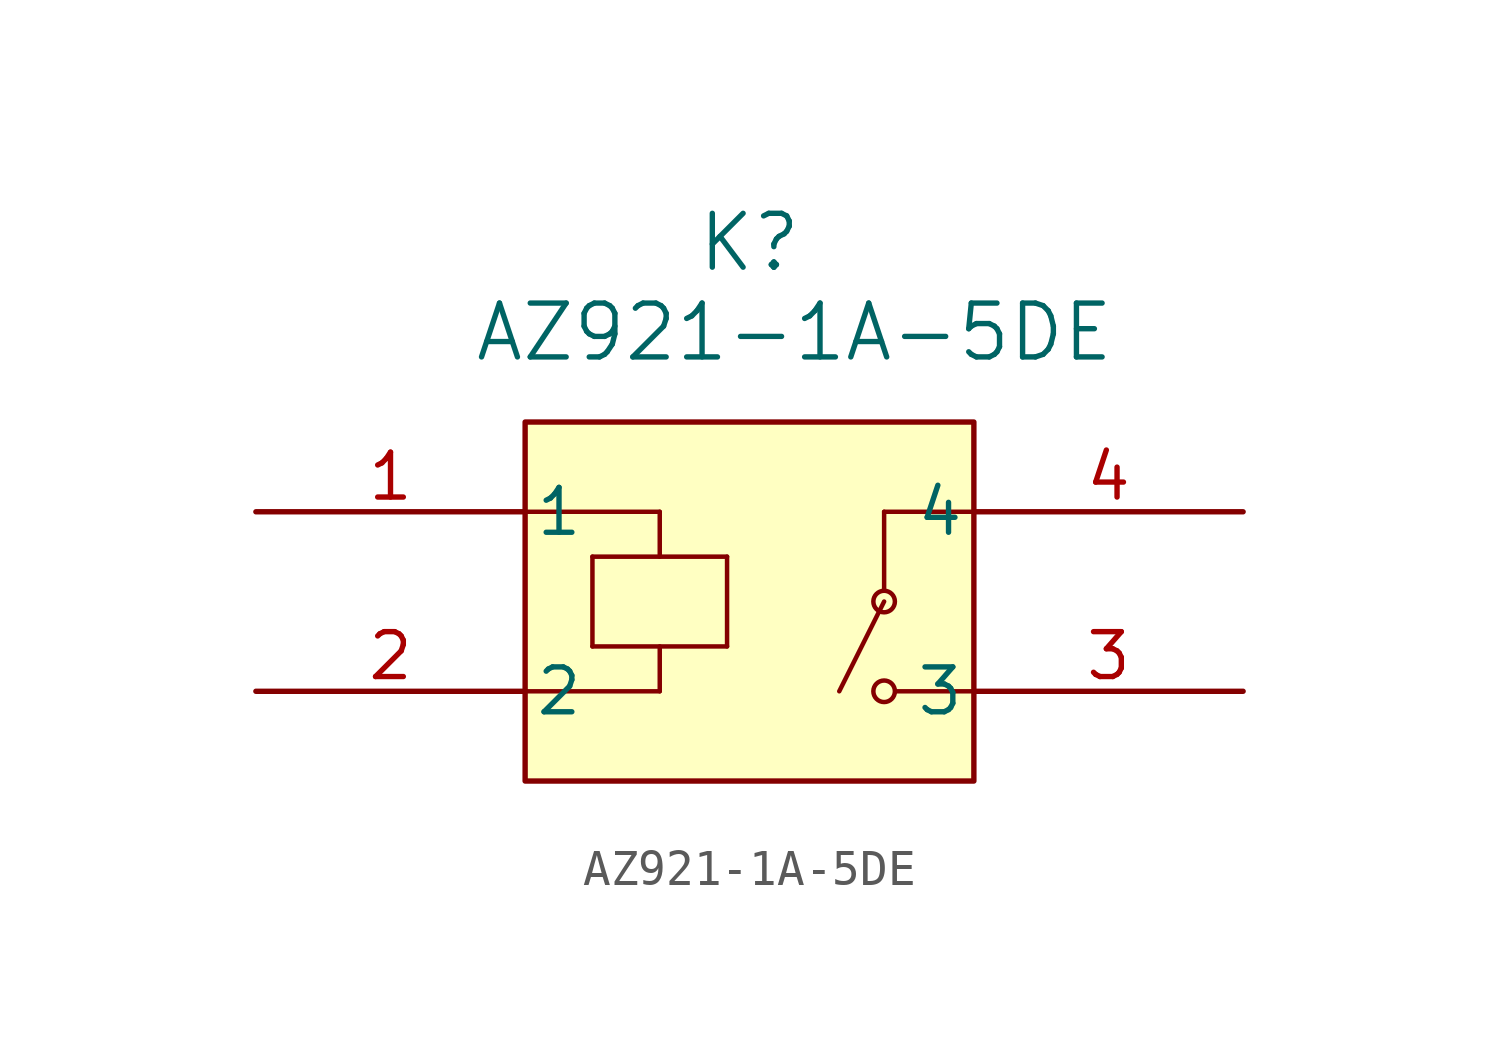
<source format=kicad_sym>
(kicad_symbol_lib
  (version 20211014)
  (generator kicad_symbol_editor)
  (symbol "AZ921-1A-5DE"
    (pin_names
      (offset 0.254))
    (property "Reference" "K"
      (at 13.97 7.62 0)
      (effects (font (size 1.524 1.524))))
    (property "Value" "AZ921-1A-5DE"
      (at 15.24 5.08 0)
      (effects (font (size 1.524 1.524))))
    (property "ki_locked" ""
      (at 0 0 0)
      (effects (font (size 1.27 1.27))))
    (symbol "AZ921-1A-5DE_0_1"
      (polyline (pts (xy 7.62 -5.08) (xy 11.43 -5.08)) (stroke (width 0.127) (type default) (color 0 0 0 0)) (fill (type none)))
      (polyline (pts (xy 7.62 0) (xy 11.43 0)) (stroke (width 0.127) (type default) (color 0 0 0 0)) (fill (type none)))
      (polyline (pts (xy 9.525 -3.81) (xy 13.335 -3.81)) (stroke (width 0.127) (type default) (color 0 0 0 0)) (fill (type none)))
      (polyline (pts (xy 9.525 -1.27) (xy 9.525 -3.81)) (stroke (width 0.127) (type default) (color 0 0 0 0)) (fill (type none)))
      (polyline (pts (xy 11.43 -3.81) (xy 11.43 -5.08)) (stroke (width 0.127) (type default) (color 0 0 0 0)) (fill (type none)))
      (polyline (pts (xy 11.43 0) (xy 11.43 -1.27)) (stroke (width 0.127) (type default) (color 0 0 0 0)) (fill (type none)))
      (polyline (pts (xy 13.335 -3.81) (xy 13.335 -1.27)) (stroke (width 0.127) (type default) (color 0 0 0 0)) (fill (type none)))
      (polyline (pts (xy 13.335 -1.27) (xy 9.525 -1.27)) (stroke (width 0.127) (type default) (color 0 0 0 0)) (fill (type none)))
      (polyline (pts (xy 17.78 -2.54) (xy 16.51 -5.08)) (stroke (width 0.127) (type default) (color 0 0 0 0)) (fill (type none)))
      (polyline (pts (xy 17.78 0) (xy 17.78 -2.223)) (stroke (width 0.127) (type default) (color 0 0 0 0)) (fill (type none)))
      (polyline (pts (xy 20.32 -5.08) (xy 18.098 -5.08)) (stroke (width 0.127) (type default) (color 0 0 0 0)) (fill (type none)))
      (polyline (pts (xy 20.32 0) (xy 17.78 0)) (stroke (width 0.127) (type default) (color 0 0 0 0)) (fill (type none)))
      (rectangle (start 7.62 2.54) (end 20.32 -7.62) (stroke (width 0) (type default) (color 0 0 0 0)) (fill (type background)))
      (circle (center 17.78 -5.08) (radius 0.305) (stroke (width 0.127) (type default) (color 0 0 0 0)) (fill (type none)))
      (circle (center 17.78 -2.54) (radius 0.305) (stroke (width 0.127) (type default) (color 0 0 0 0)) (fill (type none)))
      (pin unspecified line (at 0 0 0) (length 7.62) (name "1" (effects (font (size 1.27 1.27)))) (number "1" (effects (font (size 1.27 1.27)))))
      (pin unspecified line (at 0 -5.08 0) (length 7.62) (name "2" (effects (font (size 1.27 1.27)))) (number "2" (effects (font (size 1.27 1.27)))))
      (pin unspecified line (at 27.94 -5.08 180) (length 7.62) (name "3" (effects (font (size 1.27 1.27)))) (number "3" (effects (font (size 1.27 1.27)))))
      (pin unspecified line (at 27.94 0 180) (length 7.62) (name "4" (effects (font (size 1.27 1.27)))) (number "4" (effects (font (size 1.27 1.27))))))))
</source>
